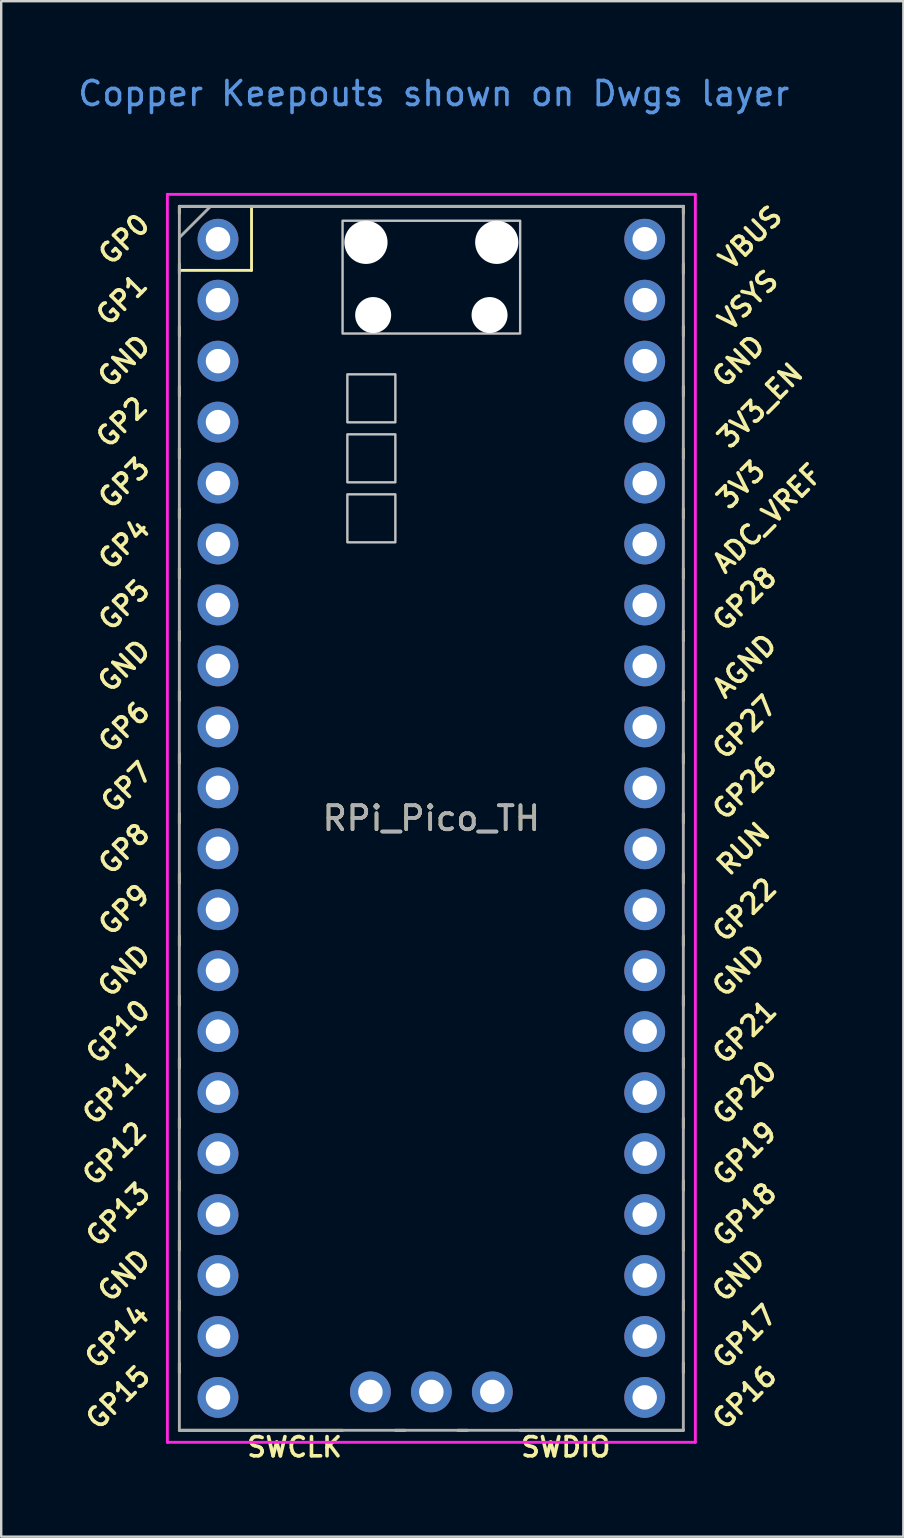
<source format=kicad_pcb>
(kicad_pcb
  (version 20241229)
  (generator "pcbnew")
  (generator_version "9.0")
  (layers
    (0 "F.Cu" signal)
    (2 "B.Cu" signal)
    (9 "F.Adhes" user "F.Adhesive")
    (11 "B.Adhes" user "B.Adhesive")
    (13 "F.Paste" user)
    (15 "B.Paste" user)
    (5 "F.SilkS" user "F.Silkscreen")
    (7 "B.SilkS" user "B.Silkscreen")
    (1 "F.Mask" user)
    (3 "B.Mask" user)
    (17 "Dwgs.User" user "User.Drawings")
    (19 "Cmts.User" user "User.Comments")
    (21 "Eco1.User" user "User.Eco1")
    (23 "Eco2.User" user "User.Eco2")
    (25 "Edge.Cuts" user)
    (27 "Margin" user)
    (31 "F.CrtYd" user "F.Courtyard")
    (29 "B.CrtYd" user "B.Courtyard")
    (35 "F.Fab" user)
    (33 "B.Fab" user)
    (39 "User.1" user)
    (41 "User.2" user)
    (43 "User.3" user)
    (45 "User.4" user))
  (footprint "RPi_Pico_TH"
    (layer "F.Cu")
    (at 14.924 31.048)
    (property "Reference" "RPi_Pico_TH" (at 0 0 0) (layer "F.SilkS") (effects (font (size 1 1) (thickness 0.15))))
    (attr through_hole)
    (fp_line (start -10.5 -25.5) (end -10.5 -25.2) (stroke (width 0.12) (type solid)) (layer "F.SilkS"))
    (fp_line (start -10.5 -25.5) (end 10.5 -25.5) (stroke (width 0.12) (type solid)) (layer "F.SilkS"))
    (fp_line (start -10.5 -23.1) (end -10.5 -22.7) (stroke (width 0.12) (type solid)) (layer "F.SilkS"))
    (fp_line (start -10.5 -22.833) (end -7.493 -22.833) (stroke (width 0.12) (type solid)) (layer "F.SilkS"))
    (fp_line (start -10.5 -20.5) (end -10.5 -20.1) (stroke (width 0.12) (type solid)) (layer "F.SilkS"))
    (fp_line (start -10.5 -18) (end -10.5 -17.6) (stroke (width 0.12) (type solid)) (layer "F.SilkS"))
    (fp_line (start -10.5 -15.4) (end -10.5 -15) (stroke (width 0.12) (type solid)) (layer "F.SilkS"))
    (fp_line (start -10.5 -12.9) (end -10.5 -12.5) (stroke (width 0.12) (type solid)) (layer "F.SilkS"))
    (fp_line (start -10.5 -10.4) (end -10.5 -10) (stroke (width 0.12) (type solid)) (layer "F.SilkS"))
    (fp_line (start -10.5 -7.8) (end -10.5 -7.4) (stroke (width 0.12) (type solid)) (layer "F.SilkS"))
    (fp_line (start -10.5 -5.3) (end -10.5 -4.9) (stroke (width 0.12) (type solid)) (layer "F.SilkS"))
    (fp_line (start -10.5 -2.7) (end -10.5 -2.3) (stroke (width 0.12) (type solid)) (layer "F.SilkS"))
    (fp_line (start -10.5 -0.2) (end -10.5 0.2) (stroke (width 0.12) (type solid)) (layer "F.SilkS"))
    (fp_line (start -10.5 2.3) (end -10.5 2.7) (stroke (width 0.12) (type solid)) (layer "F.SilkS"))
    (fp_line (start -10.5 4.9) (end -10.5 5.3) (stroke (width 0.12) (type solid)) (layer "F.SilkS"))
    (fp_line (start -10.5 7.4) (end -10.5 7.8) (stroke (width 0.12) (type solid)) (layer "F.SilkS"))
    (fp_line (start -10.5 10) (end -10.5 10.4) (stroke (width 0.12) (type solid)) (layer "F.SilkS"))
    (fp_line (start -10.5 12.5) (end -10.5 12.9) (stroke (width 0.12) (type solid)) (layer "F.SilkS"))
    (fp_line (start -10.5 15.1) (end -10.5 15.5) (stroke (width 0.12) (type solid)) (layer "F.SilkS"))
    (fp_line (start -10.5 17.6) (end -10.5 18) (stroke (width 0.12) (type solid)) (layer "F.SilkS"))
    (fp_line (start -10.5 20.1) (end -10.5 20.5) (stroke (width 0.12) (type solid)) (layer "F.SilkS"))
    (fp_line (start -10.5 22.7) (end -10.5 23.1) (stroke (width 0.12) (type solid)) (layer "F.SilkS"))
    (fp_line (start -7.493 -22.833) (end -7.493 -25.5) (stroke (width 0.12) (type solid)) (layer "F.SilkS"))
    (fp_line (start -3.7 25.5) (end -10.5 25.5) (stroke (width 0.12) (type solid)) (layer "F.SilkS"))
    (fp_line (start -1.5 25.5) (end -1.1 25.5) (stroke (width 0.12) (type solid)) (layer "F.SilkS"))
    (fp_line (start 1.1 25.5) (end 1.5 25.5) (stroke (width 0.12) (type solid)) (layer "F.SilkS"))
    (fp_line (start 10.5 -25.5) (end 10.5 -25.2) (stroke (width 0.12) (type solid)) (layer "F.SilkS"))
    (fp_line (start 10.5 -23.1) (end 10.5 -22.7) (stroke (width 0.12) (type solid)) (layer "F.SilkS"))
    (fp_line (start 10.5 -20.5) (end 10.5 -20.1) (stroke (width 0.12) (type solid)) (layer "F.SilkS"))
    (fp_line (start 10.5 -18) (end 10.5 -17.6) (stroke (width 0.12) (type solid)) (layer "F.SilkS"))
    (fp_line (start 10.5 -15.4) (end 10.5 -15) (stroke (width 0.12) (type solid)) (layer "F.SilkS"))
    (fp_line (start 10.5 -12.9) (end 10.5 -12.5) (stroke (width 0.12) (type solid)) (layer "F.SilkS"))
    (fp_line (start 10.5 -10.4) (end 10.5 -10) (stroke (width 0.12) (type solid)) (layer "F.SilkS"))
    (fp_line (start 10.5 -7.8) (end 10.5 -7.4) (stroke (width 0.12) (type solid)) (layer "F.SilkS"))
    (fp_line (start 10.5 -5.3) (end 10.5 -4.9) (stroke (width 0.12) (type solid)) (layer "F.SilkS"))
    (fp_line (start 10.5 -2.7) (end 10.5 -2.3) (stroke (width 0.12) (type solid)) (layer "F.SilkS"))
    (fp_line (start 10.5 -0.2) (end 10.5 0.2) (stroke (width 0.12) (type solid)) (layer "F.SilkS"))
    (fp_line (start 10.5 2.3) (end 10.5 2.7) (stroke (width 0.12) (type solid)) (layer "F.SilkS"))
    (fp_line (start 10.5 4.9) (end 10.5 5.3) (stroke (width 0.12) (type solid)) (layer "F.SilkS"))
    (fp_line (start 10.5 7.4) (end 10.5 7.8) (stroke (width 0.12) (type solid)) (layer "F.SilkS"))
    (fp_line (start 10.5 10) (end 10.5 10.4) (stroke (width 0.12) (type solid)) (layer "F.SilkS"))
    (fp_line (start 10.5 12.5) (end 10.5 12.9) (stroke (width 0.12) (type solid)) (layer "F.SilkS"))
    (fp_line (start 10.5 15.1) (end 10.5 15.5) (stroke (width 0.12) (type solid)) (layer "F.SilkS"))
    (fp_line (start 10.5 17.6) (end 10.5 18) (stroke (width 0.12) (type solid)) (layer "F.SilkS"))
    (fp_line (start 10.5 20.1) (end 10.5 20.5) (stroke (width 0.12) (type solid)) (layer "F.SilkS"))
    (fp_line (start 10.5 22.7) (end 10.5 23.1) (stroke (width 0.12) (type solid)) (layer "F.SilkS"))
    (fp_line (start 10.5 25.5) (end 3.7 25.5) (stroke (width 0.12) (type solid)) (layer "F.SilkS"))
    (fp_poly (pts (xy -1.5 -16.5) (xy -3.5 -16.5) (xy -3.5 -18.5) (xy -1.5 -18.5)) (stroke (width 0.1) (type solid)) (fill no) (layer "Dwgs.User"))
    (fp_poly (pts (xy -1.5 -14) (xy -3.5 -14) (xy -3.5 -16) (xy -1.5 -16)) (stroke (width 0.1) (type solid)) (fill no) (layer "Dwgs.User"))
    (fp_poly (pts (xy -1.5 -11.5) (xy -3.5 -11.5) (xy -3.5 -13.5) (xy -1.5 -13.5)) (stroke (width 0.1) (type solid)) (fill no) (layer "Dwgs.User"))
    (fp_poly (pts (xy 3.7 -20.2) (xy -3.7 -20.2) (xy -3.7 -24.9) (xy 3.7 -24.9)) (stroke (width 0.1) (type solid)) (fill no) (layer "Dwgs.User"))
    (fp_line (start -11 -26) (end 11 -26) (stroke (width 0.12) (type solid)) (layer "F.CrtYd"))
    (fp_line (start -11 26) (end -11 -26) (stroke (width 0.12) (type solid)) (layer "F.CrtYd"))
    (fp_line (start 11 -26) (end 11 26) (stroke (width 0.12) (type solid)) (layer "F.CrtYd"))
    (fp_line (start 11 26) (end -11 26) (stroke (width 0.12) (type solid)) (layer "F.CrtYd"))
    (fp_line (start -10.5 -25.5) (end 10.5 -25.5) (stroke (width 0.12) (type solid)) (layer "F.Fab"))
    (fp_line (start -10.5 -24.2) (end -9.2 -25.5) (stroke (width 0.12) (type solid)) (layer "F.Fab"))
    (fp_line (start -10.5 25.5) (end -10.5 -25.5) (stroke (width 0.12) (type solid)) (layer "F.Fab"))
    (fp_line (start 10.5 -25.5) (end 10.5 25.5) (stroke (width 0.12) (type solid)) (layer "F.Fab"))
    (fp_line (start 10.5 25.5) (end -10.5 25.5) (stroke (width 0.12) (type solid)) (layer "F.Fab"))
    (fp_text user "GP10" (at -13.054 8.89 45) (layer "F.SilkS") (effects (font (size 0.8 0.8) (thickness 0.15))))
    (fp_text user "RUN" (at 13 1.27 45) (layer "F.SilkS") (effects (font (size 0.8 0.8) (thickness 0.15))))
    (fp_text user "GP14" (at -13.1 21.59 45) (layer "F.SilkS") (effects (font (size 0.8 0.8) (thickness 0.15))))
    (fp_text user "GP26" (at 13.054 -1.27 45) (layer "F.SilkS") (effects (font (size 0.8 0.8) (thickness 0.15))))
    (fp_text user "SWDIO" (at 5.6 26.2 0) (layer "F.SilkS") (effects (font (size 0.8 0.8) (thickness 0.15))))
    (fp_text user "GND" (at -12.8 19.05 45) (layer "F.SilkS") (effects (font (size 0.8 0.8) (thickness 0.15))))
    (fp_text user "GP20" (at 13.054 11.43 45) (layer "F.SilkS") (effects (font (size 0.8 0.8) (thickness 0.15))))
    (fp_text user "GND" (at 12.8 -19.05 45) (layer "F.SilkS") (effects (font (size 0.8 0.8) (thickness 0.15))))
    (fp_text user "GP8" (at -12.8 1.27 45) (layer "F.SilkS") (effects (font (size 0.8 0.8) (thickness 0.15))))
    (fp_text user "GP17" (at 13.054 21.59 45) (layer "F.SilkS") (effects (font (size 0.8 0.8) (thickness 0.15))))
    (fp_text user "GP27" (at 13.054 -3.8 45) (layer "F.SilkS") (effects (font (size 0.8 0.8) (thickness 0.15))))
    (fp_text user "GP11" (at -13.2 11.43 45) (layer "F.SilkS") (effects (font (size 0.8 0.8) (thickness 0.15))))
    (fp_text user "SWCLK" (at -5.7 26.2 0) (layer "F.SilkS") (effects (font (size 0.8 0.8) (thickness 0.15))))
    (fp_text user "GP28" (at 13.054 -9.144 45) (layer "F.SilkS") (effects (font (size 0.8 0.8) (thickness 0.15))))
    (fp_text user "GP0" (at -12.8 -24.13 45) (layer "F.SilkS") (effects (font (size 0.8 0.8) (thickness 0.15))))
    (fp_text user "GP12" (at -13.2 13.97 45) (layer "F.SilkS") (effects (font (size 0.8 0.8) (thickness 0.15))))
    (fp_text user "GP15" (at -13.054 24.13 45) (layer "F.SilkS") (effects (font (size 0.8 0.8) (thickness 0.15))))
    (fp_text user "GP6" (at -12.8 -3.81 45) (layer "F.SilkS") (effects (font (size 0.8 0.8) (thickness 0.15))))
    (fp_text user "ADC_VREF" (at 14 -12.5 45) (layer "F.SilkS") (effects (font (size 0.8 0.8) (thickness 0.15))))
    (fp_text user "AGND" (at 13.054 -6.35 45) (layer "F.SilkS") (effects (font (size 0.8 0.8) (thickness 0.15))))
    (fp_text user "GP3" (at -12.8 -13.97 45) (layer "F.SilkS") (effects (font (size 0.8 0.8) (thickness 0.15))))
    (fp_text user "GP18" (at 13.054 16.51 45) (layer "F.SilkS") (effects (font (size 0.8 0.8) (thickness 0.15))))
    (fp_text user "GND" (at -12.8 6.35 45) (layer "F.SilkS") (effects (font (size 0.8 0.8) (thickness 0.15))))
    (fp_text user "GND" (at 12.8 19.05 45) (layer "F.SilkS") (effects (font (size 0.8 0.8) (thickness 0.15))))
    (fp_text user "3V3_EN" (at 13.7 -17.2 45) (layer "F.SilkS") (effects (font (size 0.8 0.8) (thickness 0.15))))
    (fp_text user "GP21" (at 13.054 8.9 45) (layer "F.SilkS") (effects (font (size 0.8 0.8) (thickness 0.15))))
    (fp_text user "GP5" (at -12.8 -8.89 45) (layer "F.SilkS") (effects (font (size 0.8 0.8) (thickness 0.15))))
    (fp_text user "GP7" (at -12.7 -1.3 45) (layer "F.SilkS") (effects (font (size 0.8 0.8) (thickness 0.15))))
    (fp_text user "VSYS" (at 13.2 -21.59 45) (layer "F.SilkS") (effects (font (size 0.8 0.8) (thickness 0.15))))
    (fp_text user "GP22" (at 13.054 3.81 45) (layer "F.SilkS") (effects (font (size 0.8 0.8) (thickness 0.15))))
    (fp_text user "GP19" (at 13.054 13.97 45) (layer "F.SilkS") (effects (font (size 0.8 0.8) (thickness 0.15))))
    (fp_text user "GP1" (at -12.9 -21.6 45) (layer "F.SilkS") (effects (font (size 0.8 0.8) (thickness 0.15))))
    (fp_text user "GP9" (at -12.8 3.81 45) (layer "F.SilkS") (effects (font (size 0.8 0.8) (thickness 0.15))))
    (fp_text user "GP2" (at -12.9 -16.51 45) (layer "F.SilkS") (effects (font (size 0.8 0.8) (thickness 0.15))))
    (fp_text user "GND" (at 12.8 6.35 45) (layer "F.SilkS") (effects (font (size 0.8 0.8) (thickness 0.15))))
    (fp_text user "GND" (at -12.8 -6.35 45) (layer "F.SilkS") (effects (font (size 0.8 0.8) (thickness 0.15))))
    (fp_text user "GP16" (at 13.054 24.13 45) (layer "F.SilkS") (effects (font (size 0.8 0.8) (thickness 0.15))))
    (fp_text user "GP13" (at -13.054 16.51 45) (layer "F.SilkS") (effects (font (size 0.8 0.8) (thickness 0.15))))
    (fp_text user "GND" (at -12.8 -19.05 45) (layer "F.SilkS") (effects (font (size 0.8 0.8) (thickness 0.15))))
    (fp_text user "VBUS" (at 13.3 -24.2 45) (layer "F.SilkS") (effects (font (size 0.8 0.8) (thickness 0.15))))
    (fp_text user "GP4" (at -12.8 -11.43 45) (layer "F.SilkS") (effects (font (size 0.8 0.8) (thickness 0.15))))
    (fp_text user "3V3" (at 12.9 -13.9 45) (layer "F.SilkS") (effects (font (size 0.8 0.8) (thickness 0.15))))
    (fp_text user "Copper Keepouts shown on Dwgs layer" (at 0.1 -30.2 0) (layer "Cmts.User") (effects (font (size 1 1) (thickness 0.15))))
    (fp_text user "${REFERENCE}" (at 0 0 180) (layer "F.Fab") (effects (font (size 1 1) (thickness 0.15))))
    (pad "" np_thru_hole oval (at -2.725 -24) (size 1.8 1.8) (drill 1.8) (layers "*.Cu" "*.Mask"))
    (pad "" np_thru_hole oval (at -2.425 -20.97) (size 1.5 1.5) (drill 1.5) (layers "*.Cu" "*.Mask"))
    (pad "" np_thru_hole oval (at 2.425 -20.97) (size 1.5 1.5) (drill 1.5) (layers "*.Cu" "*.Mask"))
    (pad "" np_thru_hole oval (at 2.725 -24) (size 1.8 1.8) (drill 1.8) (layers "*.Cu" "*.Mask"))
    (pad "1" thru_hole oval (at -8.89 -24.13) (size 1.7 1.7) (drill 1.02) (layers "*.Cu" "*.Mask"))
    (pad "2" thru_hole oval (at -8.89 -21.59) (size 1.7 1.7) (drill 1.02) (layers "*.Cu" "*.Mask"))
    (pad "3" thru_hole circle (at -8.89 -19.05) (size 1.7 1.7) (drill 1.02) (layers "*.Cu" "*.Mask"))
    (pad "4" thru_hole oval (at -8.89 -16.51) (size 1.7 1.7) (drill 1.02) (layers "*.Cu" "*.Mask"))
    (pad "5" thru_hole oval (at -8.89 -13.97) (size 1.7 1.7) (drill 1.02) (layers "*.Cu" "*.Mask"))
    (pad "6" thru_hole oval (at -8.89 -11.43) (size 1.7 1.7) (drill 1.02) (layers "*.Cu" "*.Mask"))
    (pad "7" thru_hole oval (at -8.89 -8.89) (size 1.7 1.7) (drill 1.02) (layers "*.Cu" "*.Mask"))
    (pad "8" thru_hole circle (at -8.89 -6.35) (size 1.7 1.7) (drill 1.02) (layers "*.Cu" "*.Mask"))
    (pad "9" thru_hole oval (at -8.89 -3.81) (size 1.7 1.7) (drill 1.02) (layers "*.Cu" "*.Mask"))
    (pad "10" thru_hole oval (at -8.89 -1.27) (size 1.7 1.7) (drill 1.02) (layers "*.Cu" "*.Mask"))
    (pad "11" thru_hole oval (at -8.89 1.27) (size 1.7 1.7) (drill 1.02) (layers "*.Cu" "*.Mask"))
    (pad "12" thru_hole oval (at -8.89 3.81) (size 1.7 1.7) (drill 1.02) (layers "*.Cu" "*.Mask"))
    (pad "13" thru_hole circle (at -8.89 6.35) (size 1.7 1.7) (drill 1.02) (layers "*.Cu" "*.Mask"))
    (pad "14" thru_hole oval (at -8.89 8.89) (size 1.7 1.7) (drill 1.02) (layers "*.Cu" "*.Mask"))
    (pad "15" thru_hole oval (at -8.89 11.43) (size 1.7 1.7) (drill 1.02) (layers "*.Cu" "*.Mask"))
    (pad "16" thru_hole oval (at -8.89 13.97) (size 1.7 1.7) (drill 1.02) (layers "*.Cu" "*.Mask"))
    (pad "17" thru_hole oval (at -8.89 16.51) (size 1.7 1.7) (drill 1.02) (layers "*.Cu" "*.Mask"))
    (pad "18" thru_hole circle (at -8.89 19.05) (size 1.7 1.7) (drill 1.02) (layers "*.Cu" "*.Mask"))
    (pad "19" thru_hole oval (at -8.89 21.59) (size 1.7 1.7) (drill 1.02) (layers "*.Cu" "*.Mask"))
    (pad "20" thru_hole oval (at -8.89 24.13) (size 1.7 1.7) (drill 1.02) (layers "*.Cu" "*.Mask"))
    (pad "21" thru_hole oval (at 8.89 24.13) (size 1.7 1.7) (drill 1.02) (layers "*.Cu" "*.Mask"))
    (pad "22" thru_hole oval (at 8.89 21.59) (size 1.7 1.7) (drill 1.02) (layers "*.Cu" "*.Mask"))
    (pad "23" thru_hole circle (at 8.89 19.05) (size 1.7 1.7) (drill 1.02) (layers "*.Cu" "*.Mask"))
    (pad "24" thru_hole oval (at 8.89 16.51) (size 1.7 1.7) (drill 1.02) (layers "*.Cu" "*.Mask"))
    (pad "25" thru_hole oval (at 8.89 13.97) (size 1.7 1.7) (drill 1.02) (layers "*.Cu" "*.Mask"))
    (pad "26" thru_hole oval (at 8.89 11.43) (size 1.7 1.7) (drill 1.02) (layers "*.Cu" "*.Mask"))
    (pad "27" thru_hole oval (at 8.89 8.89) (size 1.7 1.7) (drill 1.02) (layers "*.Cu" "*.Mask"))
    (pad "28" thru_hole circle (at 8.89 6.35) (size 1.7 1.7) (drill 1.02) (layers "*.Cu" "*.Mask"))
    (pad "29" thru_hole oval (at 8.89 3.81) (size 1.7 1.7) (drill 1.02) (layers "*.Cu" "*.Mask"))
    (pad "30" thru_hole oval (at 8.89 1.27) (size 1.7 1.7) (drill 1.02) (layers "*.Cu" "*.Mask"))
    (pad "31" thru_hole oval (at 8.89 -1.27) (size 1.7 1.7) (drill 1.02) (layers "*.Cu" "*.Mask"))
    (pad "32" thru_hole oval (at 8.89 -3.81) (size 1.7 1.7) (drill 1.02) (layers "*.Cu" "*.Mask"))
    (pad "33" thru_hole circle (at 8.89 -6.35) (size 1.7 1.7) (drill 1.02) (layers "*.Cu" "*.Mask"))
    (pad "34" thru_hole oval (at 8.89 -8.89) (size 1.7 1.7) (drill 1.02) (layers "*.Cu" "*.Mask"))
    (pad "35" thru_hole oval (at 8.89 -11.43) (size 1.7 1.7) (drill 1.02) (layers "*.Cu" "*.Mask"))
    (pad "36" thru_hole oval (at 8.89 -13.97) (size 1.7 1.7) (drill 1.02) (layers "*.Cu" "*.Mask"))
    (pad "37" thru_hole oval (at 8.89 -16.51) (size 1.7 1.7) (drill 1.02) (layers "*.Cu" "*.Mask"))
    (pad "38" thru_hole circle (at 8.89 -19.05) (size 1.7 1.7) (drill 1.02) (layers "*.Cu" "*.Mask"))
    (pad "39" thru_hole oval (at 8.89 -21.59) (size 1.7 1.7) (drill 1.02) (layers "*.Cu" "*.Mask"))
    (pad "40" thru_hole oval (at 8.89 -24.13) (size 1.7 1.7) (drill 1.02) (layers "*.Cu" "*.Mask"))
    (pad "41" thru_hole oval (at -2.54 23.9) (size 1.7 1.7) (drill 1.02) (layers "*.Cu" "*.Mask"))
    (pad "42" thru_hole circle (at 0 23.9) (size 1.7 1.7) (drill 1.02) (layers "*.Cu" "*.Mask"))
    (pad "43" thru_hole oval (at 2.54 23.9) (size 1.7 1.7) (drill 1.02) (layers "*.Cu" "*.Mask")))
  (gr_rect
    (start -3 -3)
    (end 34.591 60.98)
    (stroke (width 0.1) (type default))
    (fill no)
    (layer "Edge.Cuts")))
</source>
